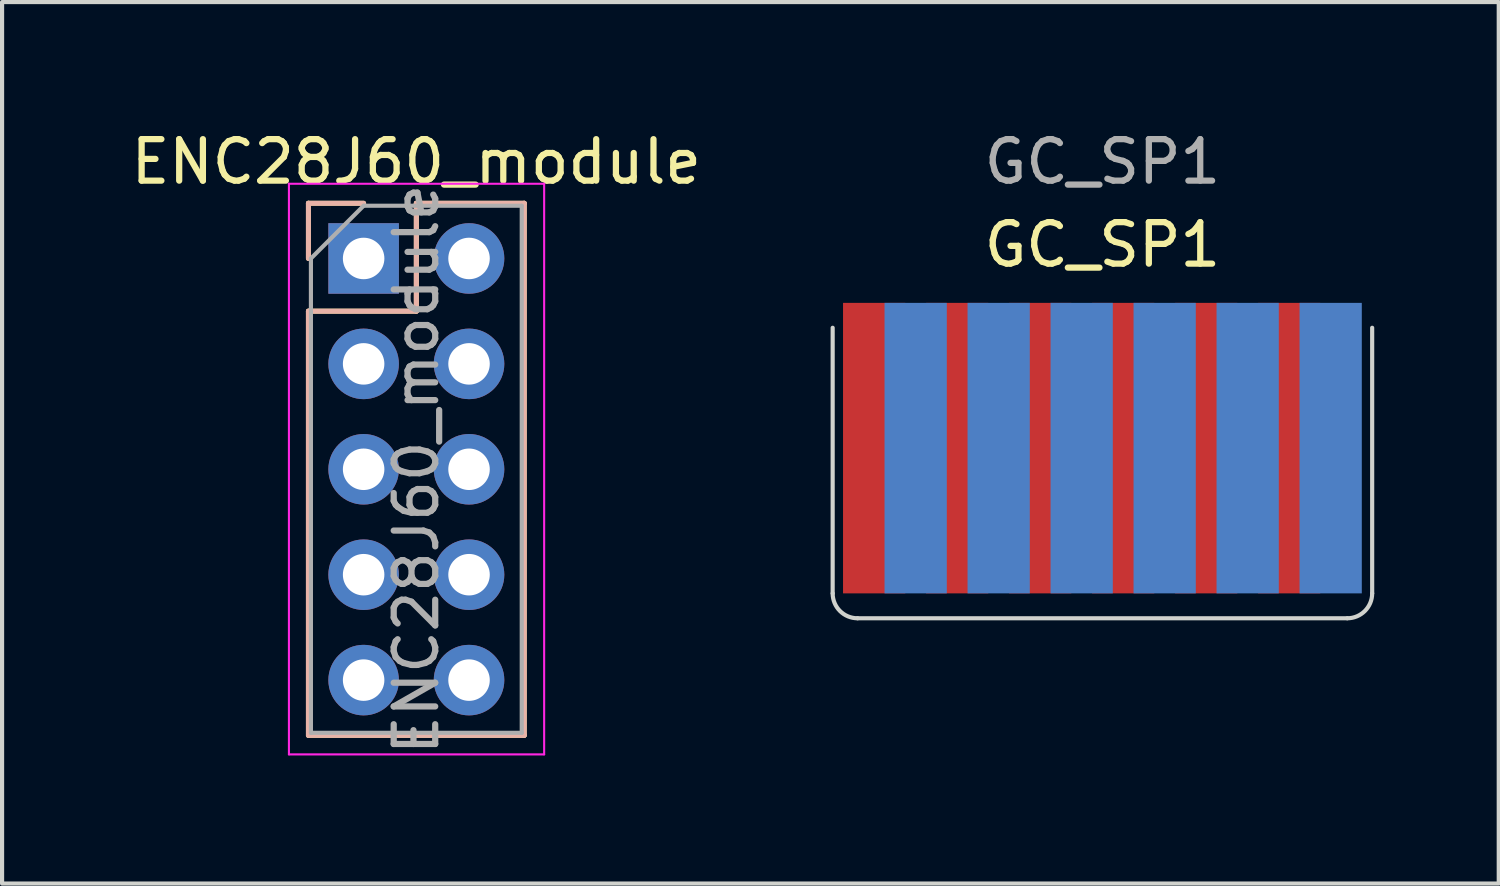
<source format=kicad_pcb>
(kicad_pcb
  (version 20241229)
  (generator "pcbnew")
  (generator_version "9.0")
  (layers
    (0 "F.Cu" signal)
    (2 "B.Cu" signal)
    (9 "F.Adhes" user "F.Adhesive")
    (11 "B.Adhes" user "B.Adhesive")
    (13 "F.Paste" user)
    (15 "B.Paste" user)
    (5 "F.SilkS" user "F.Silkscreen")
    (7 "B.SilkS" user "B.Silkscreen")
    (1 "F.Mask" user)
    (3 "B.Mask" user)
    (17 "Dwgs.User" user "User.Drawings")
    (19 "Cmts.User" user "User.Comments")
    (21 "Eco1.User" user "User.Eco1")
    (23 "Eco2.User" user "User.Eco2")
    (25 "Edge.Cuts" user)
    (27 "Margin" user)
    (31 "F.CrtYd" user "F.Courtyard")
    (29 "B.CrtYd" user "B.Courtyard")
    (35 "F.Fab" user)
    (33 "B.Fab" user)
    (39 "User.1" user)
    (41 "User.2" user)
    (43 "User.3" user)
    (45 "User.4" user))
  (footprint "GC_SP1"
    (layer "F.Cu")
    (at 23.514 4.848)
    (property "Reference" "GC_SP1" (at 0 -2 0) (unlocked yes) (layer "F.SilkS") (effects (font (size 1 1) (thickness 0.15))))
    (fp_line (start -6.5 0) (end -6.5 6.4) (stroke (width 0.1) (type solid)) (layer "Edge.Cuts"))
    (fp_line (start -5.9 7) (end 5.9 7) (stroke (width 0.1) (type solid)) (layer "Edge.Cuts"))
    (fp_line (start 6.5 0) (end 6.5 6.4) (stroke (width 0.1) (type solid)) (layer "Edge.Cuts"))
    (fp_arc (start -5.9 7) (mid -6.324264 6.824264) (end -6.5 6.4) (stroke (width 0.1) (type solid)) (layer "Edge.Cuts"))
    (fp_arc (start 6.5 6.4) (mid 6.324264 6.824264) (end 5.9 7) (stroke (width 0.1) (type solid)) (layer "Edge.Cuts"))
    (fp_text user "${REFERENCE}" (at 0 -4 0) (unlocked yes) (layer "F.Fab") (effects (font (size 1 1) (thickness 0.15))))
    (pad "1" smd rect (at -5.5 2.9) (size 1.5 7) (layers "F.Cu" "F.Mask"))
    (pad "2" smd rect (at -4.5 2.9) (size 1.5 7) (layers "B.Cu" "B.Mask"))
    (pad "3" smd rect (at -3.5 2.9) (size 1.5 7) (layers "F.Cu" "F.Mask"))
    (pad "4" smd rect (at -2.5 2.9) (size 1.5 7) (layers "B.Cu" "B.Mask"))
    (pad "5" smd rect (at -1.5 2.9) (size 1.5 7) (layers "F.Cu" "F.Mask"))
    (pad "6" smd rect (at -0.5 2.9) (size 1.5 7) (layers "B.Cu" "B.Mask"))
    (pad "7" smd rect (at 0.5 2.9) (size 1.5 7) (layers "F.Cu" "F.Mask"))
    (pad "8" smd rect (at 1.5 2.9) (size 1.5 7) (layers "B.Cu" "B.Mask"))
    (pad "9" smd rect (at 2.5 2.9) (size 1.5 7) (layers "F.Cu" "F.Mask"))
    (pad "10" smd rect (at 3.5 2.9) (size 1.5 7) (layers "B.Cu" "B.Mask"))
    (pad "11" smd rect (at 4.5 2.9) (size 1.5 7) (layers "F.Cu" "F.Mask"))
    (pad "12" smd rect (at 5.5 2.9) (size 1.5 7) (layers "B.Cu" "B.Mask")))
  (footprint "ENC28J60_module"
    (layer "F.Cu")
    (at 5.712 3.178)
    (property "Reference" "ENC28J60_module" (at 1.27 -2.33 0) (layer "F.SilkS") (effects (font (size 1 1) (thickness 0.15))))
    (attr through_hole)
    (fp_line (start -1.33 -1.33) (end 0 -1.33) (stroke (width 0.12) (type solid)) (layer "F.SilkS"))
    (fp_line (start -1.33 0) (end -1.33 -1.33) (stroke (width 0.12) (type solid)) (layer "F.SilkS"))
    (fp_line (start -1.33 1.27) (end -1.33 11.49) (stroke (width 0.12) (type solid)) (layer "F.SilkS"))
    (fp_line (start -1.33 1.27) (end 1.27 1.27) (stroke (width 0.12) (type solid)) (layer "F.SilkS"))
    (fp_line (start -1.33 11.49) (end 3.87 11.49) (stroke (width 0.12) (type solid)) (layer "F.SilkS"))
    (fp_line (start 1.27 -1.33) (end 3.87 -1.33) (stroke (width 0.12) (type solid)) (layer "F.SilkS"))
    (fp_line (start 1.27 1.27) (end 1.27 -1.33) (stroke (width 0.12) (type solid)) (layer "F.SilkS"))
    (fp_line (start 3.87 -1.33) (end 3.87 11.49) (stroke (width 0.12) (type solid)) (layer "F.SilkS"))
    (fp_line (start -1.33 -1.33) (end -1.33 0) (stroke (width 0.12) (type solid)) (layer "B.SilkS"))
    (fp_line (start -1.33 11.49) (end -1.33 1.27) (stroke (width 0.12) (type solid)) (layer "B.SilkS"))
    (fp_line (start 0 -1.33) (end -1.33 -1.33) (stroke (width 0.12) (type solid)) (layer "B.SilkS"))
    (fp_line (start 1.27 -1.33) (end 1.27 1.27) (stroke (width 0.12) (type solid)) (layer "B.SilkS"))
    (fp_line (start 1.27 1.27) (end -1.33 1.27) (stroke (width 0.12) (type solid)) (layer "B.SilkS"))
    (fp_line (start 3.87 -1.33) (end 1.27 -1.33) (stroke (width 0.12) (type solid)) (layer "B.SilkS"))
    (fp_line (start 3.87 11.49) (end -1.33 11.49) (stroke (width 0.12) (type solid)) (layer "B.SilkS"))
    (fp_line (start 3.87 11.49) (end 3.87 -1.33) (stroke (width 0.12) (type solid)) (layer "B.SilkS"))
    (fp_line (start -1.8 -1.8) (end -1.8 11.95) (stroke (width 0.05) (type solid)) (layer "F.CrtYd"))
    (fp_line (start -1.8 11.95) (end 4.35 11.95) (stroke (width 0.05) (type solid)) (layer "F.CrtYd"))
    (fp_line (start 4.35 -1.8) (end -1.8 -1.8) (stroke (width 0.05) (type solid)) (layer "F.CrtYd"))
    (fp_line (start 4.35 11.95) (end 4.35 -1.8) (stroke (width 0.05) (type solid)) (layer "F.CrtYd"))
    (fp_line (start -1.27 0) (end 0 -1.27) (stroke (width 0.1) (type solid)) (layer "F.Fab"))
    (fp_line (start -1.27 11.43) (end -1.27 0) (stroke (width 0.1) (type solid)) (layer "F.Fab"))
    (fp_line (start 0 -1.27) (end 3.81 -1.27) (stroke (width 0.1) (type solid)) (layer "F.Fab"))
    (fp_line (start 3.81 -1.27) (end 3.81 11.43) (stroke (width 0.1) (type solid)) (layer "F.Fab"))
    (fp_line (start 3.81 11.43) (end -1.27 11.43) (stroke (width 0.1) (type solid)) (layer "F.Fab"))
    (fp_text user "${REFERENCE}" (at 1.27 5.08 90) (layer "F.Fab") (effects (font (size 1 1) (thickness 0.15))))
    (pad "1" thru_hole rect (at 0 0) (size 1.7 1.7) (drill 1) (layers "*.Cu" "*.Mask"))
    (pad "2" thru_hole oval (at 2.54 0) (size 1.7 1.7) (drill 1) (layers "*.Cu" "*.Mask"))
    (pad "3" thru_hole oval (at 0 2.54) (size 1.7 1.7) (drill 1) (layers "*.Cu" "*.Mask"))
    (pad "4" thru_hole oval (at 2.54 2.54) (size 1.7 1.7) (drill 1) (layers "*.Cu" "*.Mask"))
    (pad "5" thru_hole oval (at 0 5.08) (size 1.7 1.7) (drill 1) (layers "*.Cu" "*.Mask"))
    (pad "6" thru_hole oval (at 2.54 5.08) (size 1.7 1.7) (drill 1) (layers "*.Cu" "*.Mask"))
    (pad "7" thru_hole oval (at 0 7.62) (size 1.7 1.7) (drill 1) (layers "*.Cu" "*.Mask"))
    (pad "8" thru_hole oval (at 2.54 7.62) (size 1.7 1.7) (drill 1) (layers "*.Cu" "*.Mask"))
    (pad "9" thru_hole oval (at 0 10.16) (size 1.7 1.7) (drill 1) (layers "*.Cu" "*.Mask"))
    (pad "10" thru_hole oval (at 2.54 10.16) (size 1.7 1.7) (drill 1) (layers "*.Cu" "*.Mask")))
  (gr_rect
    (start -3 -3)
    (end 33.064 18.24)
    (stroke (width 0.1) (type default))
    (fill no)
    (layer "Edge.Cuts")))
</source>
